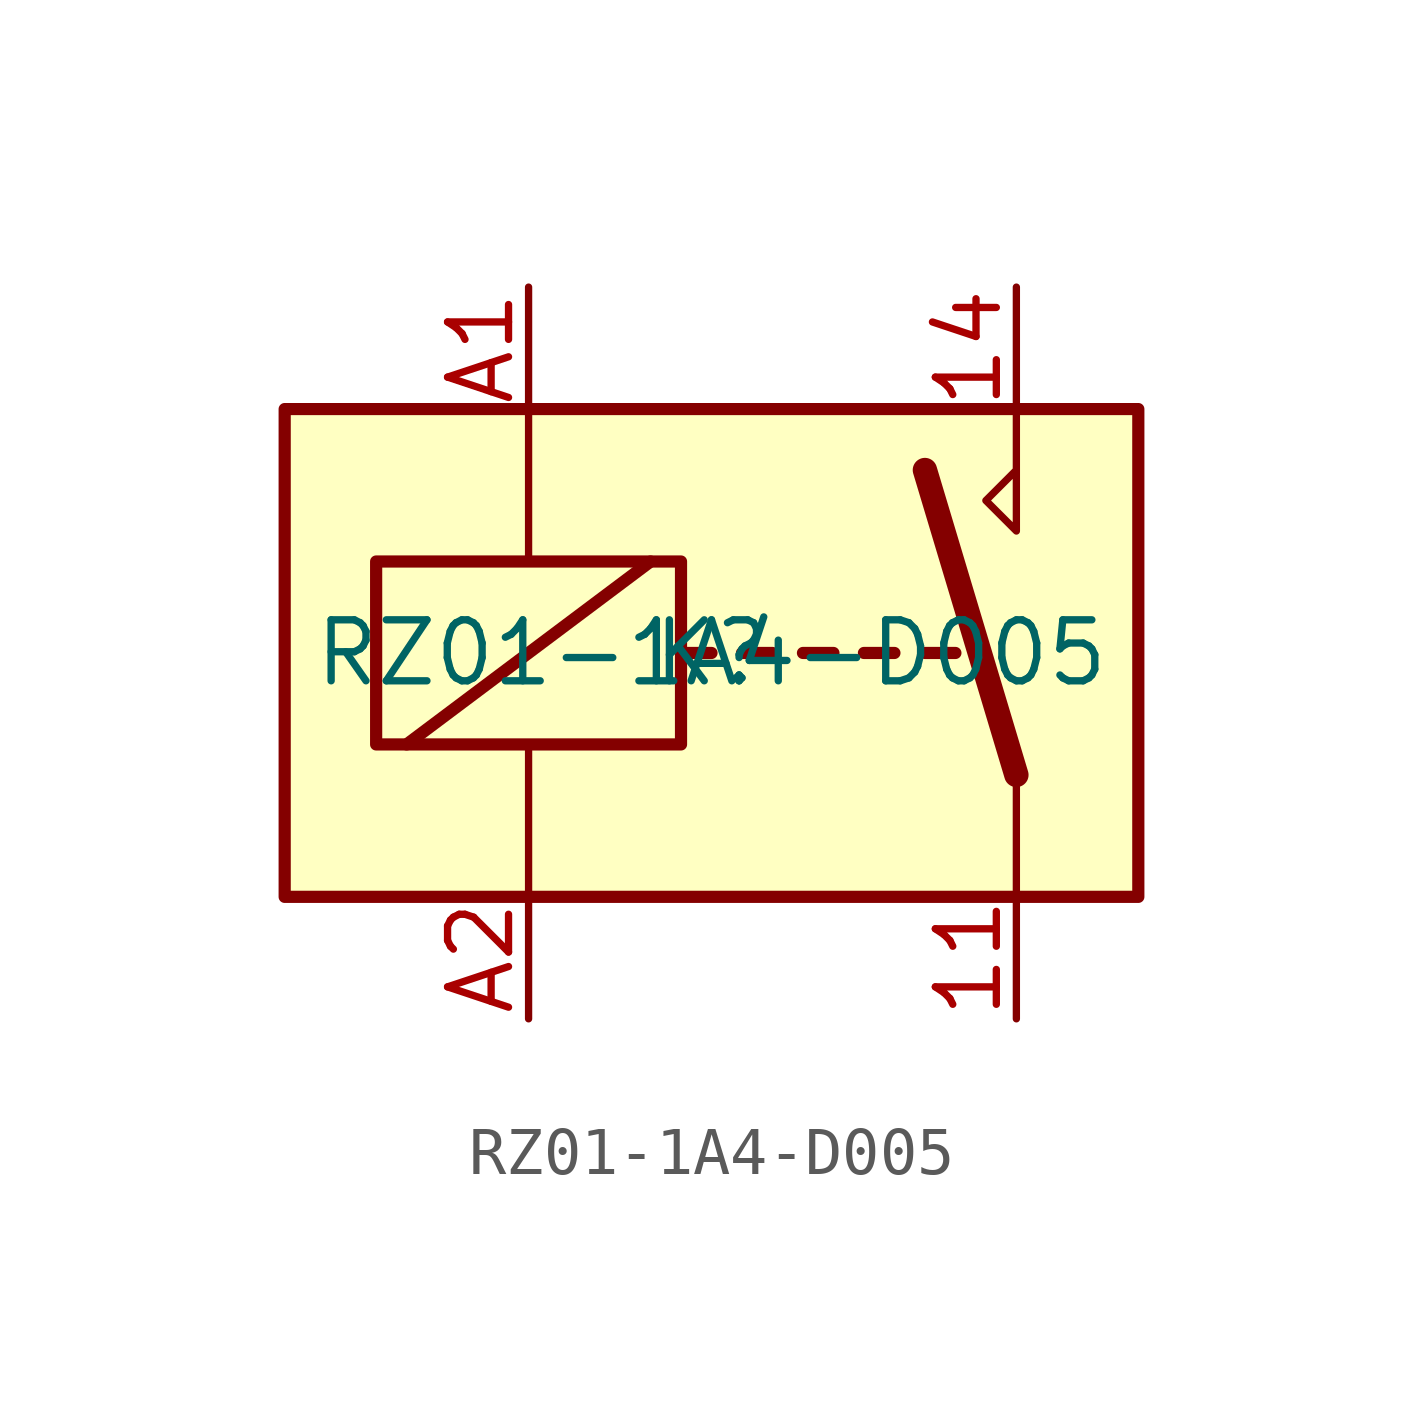
<source format=kicad_sym>
(kicad_symbol_lib
  (version 20211014)
  (generator kicad_symbol_editor)
  (symbol "RZ01-1A4-D005"
    (property "Reference" "K"
      (at 0 0 0)
      (effects (font (size 1.27 1.27))))
    (property "Value" "RZ01-1A4-D005"
      (at 0 0 0)
      (effects (font (size 1.27 1.27))))
    (symbol "RZ01-1A4-D005_0_0"
      (polyline (pts (xy 6.35 5.08) (xy 6.35 2.54) (xy 5.715 3.175) (xy 6.35 3.81)) (stroke (width 0) (type default) (color 0 0 0 0)) (fill (type none))))
    (symbol "RZ01-1A4-D005_0_1"
      (rectangle (start -8.89 5.08) (end 8.89 -5.08) (stroke (width 0.254) (type default) (color 0 0 0 0)) (fill (type background)))
      (rectangle (start -6.985 1.905) (end -0.635 -1.905) (stroke (width 0.254) (type default) (color 0 0 0 0)) (fill (type none)))
      (polyline (pts (xy -6.35 -1.905) (xy -1.27 1.905)) (stroke (width 0.254) (type default) (color 0 0 0 0)) (fill (type none)))
      (polyline (pts (xy -3.81 -5.08) (xy -3.81 -1.905)) (stroke (width 0) (type default) (color 0 0 0 0)) (fill (type none)))
      (polyline (pts (xy -3.81 5.08) (xy -3.81 1.905)) (stroke (width 0) (type default) (color 0 0 0 0)) (fill (type none)))
      (polyline (pts (xy -0.635 0) (xy 0 0)) (stroke (width 0.254) (type default) (color 0 0 0 0)) (fill (type none)))
      (polyline (pts (xy 0.635 0) (xy 1.27 0)) (stroke (width 0.254) (type default) (color 0 0 0 0)) (fill (type none)))
      (polyline (pts (xy 1.905 0) (xy 2.54 0)) (stroke (width 0.254) (type default) (color 0 0 0 0)) (fill (type none)))
      (polyline (pts (xy 3.175 0) (xy 3.81 0)) (stroke (width 0.254) (type default) (color 0 0 0 0)) (fill (type none)))
      (polyline (pts (xy 4.445 0) (xy 5.08 0)) (stroke (width 0.254) (type default) (color 0 0 0 0)) (fill (type none)))
      (polyline (pts (xy 6.35 -2.54) (xy 4.445 3.81)) (stroke (width 0.508) (type default) (color 0 0 0 0)) (fill (type none)))
      (polyline (pts (xy 6.35 -2.54) (xy 6.35 -5.08)) (stroke (width 0) (type default) (color 0 0 0 0)) (fill (type none))))
    (symbol "RZ01-1A4-D005_1_1"
      (pin passive line (at 6.35 -7.62 90) (length 2.54) (name "~" (effects (font (size 1.27 1.27)))) (number "11" (effects (font (size 1.27 1.27)))))
      (pin passive line (at 6.35 7.62 270) (length 2.54) (name "~" (effects (font (size 1.27 1.27)))) (number "14" (effects (font (size 1.27 1.27)))))
      (pin passive line (at -3.81 7.62 270) (length 2.54) (name "~" (effects (font (size 1.27 1.27)))) (number "A1" (effects (font (size 1.27 1.27)))))
      (pin passive line (at -3.81 -7.62 90) (length 2.54) (name "~" (effects (font (size 1.27 1.27)))) (number "A2" (effects (font (size 1.27 1.27))))))))
</source>
